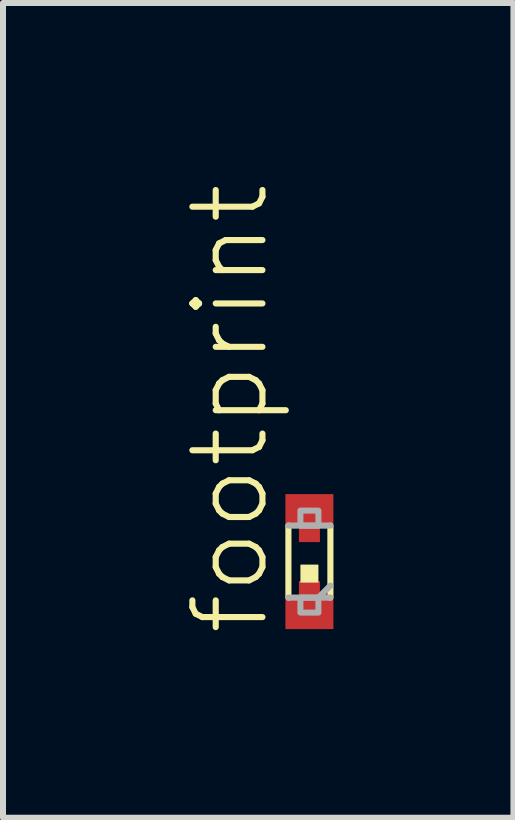
<source format=kicad_pcb>
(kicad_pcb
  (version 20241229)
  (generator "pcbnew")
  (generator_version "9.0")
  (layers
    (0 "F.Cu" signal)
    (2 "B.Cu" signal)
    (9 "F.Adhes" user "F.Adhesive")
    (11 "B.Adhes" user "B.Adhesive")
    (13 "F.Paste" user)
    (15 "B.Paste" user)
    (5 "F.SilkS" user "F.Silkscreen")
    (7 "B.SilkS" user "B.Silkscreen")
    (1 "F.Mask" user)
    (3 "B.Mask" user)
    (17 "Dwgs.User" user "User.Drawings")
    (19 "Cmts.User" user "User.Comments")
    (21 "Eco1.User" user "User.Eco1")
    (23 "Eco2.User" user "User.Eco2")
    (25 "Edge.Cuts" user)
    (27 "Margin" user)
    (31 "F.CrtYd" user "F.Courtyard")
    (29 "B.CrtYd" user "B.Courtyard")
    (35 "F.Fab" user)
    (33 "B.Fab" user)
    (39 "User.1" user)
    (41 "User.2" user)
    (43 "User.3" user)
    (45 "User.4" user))
  (footprint "footprint"
    (layer "F.Cu")
    (at 2.108 6.312)
    (property "Reference" "footprint" (at -0.635 1.27 90) (layer "F.SilkS") (effects (font (size 1.168 1.168) (thickness 0.102)) (justify left bottom)))
    (fp_poly (pts (xy -0.175 -0.325) (xy 0.175 -0.325) (xy 0.175 -0.7) (xy -0.175 -0.7)) (stroke (width 0) (type solid)) (fill yes) (layer "F.Mask"))
    (fp_poly (pts (xy 0.175 0.325) (xy -0.175 0.325) (xy -0.175 0.7) (xy 0.175 0.7)) (stroke (width 0) (type solid)) (fill yes) (layer "F.Mask"))
    (fp_line (start -0.35 0.6) (end -0.35 -0.6) (stroke (width 0.102) (type solid)) (layer "F.SilkS"))
    (fp_line (start 0.35 -0.6) (end 0.35 0.6) (stroke (width 0.102) (type solid)) (layer "F.SilkS"))
    (fp_poly (pts (xy -0.15 0.35) (xy 0.15 0.35) (xy 0.15 0.05) (xy -0.15 0.05)) (stroke (width 0) (type solid)) (fill yes) (layer "F.SilkS"))
    (fp_poly (pts (xy -0.225 -0.3) (xy 0.225 -0.3) (xy 0.225 -0.975) (xy -0.225 -0.975)) (stroke (width 0) (type solid)) (fill yes) (layer "F.Paste"))
    (fp_poly (pts (xy 0.225 0.3) (xy -0.225 0.3) (xy -0.225 0.975) (xy 0.225 0.975)) (stroke (width 0) (type solid)) (fill yes) (layer "F.Paste"))
    (fp_line (start -0.35 -0.6) (end 0.35 -0.6) (stroke (width 0.102) (type solid)) (layer "F.Fab"))
    (fp_line (start 0.35 0.4) (end 0.15 0.6) (stroke (width 0.102) (type solid)) (layer "F.Fab"))
    (fp_line (start 0.35 0.6) (end -0.35 0.6) (stroke (width 0.102) (type solid)) (layer "F.Fab"))
    (fp_poly (pts (xy -0.15 -0.6) (xy 0.15 -0.6) (xy 0.15 -0.85) (xy -0.15 -0.85)) (stroke (width 0.1) (type solid)) (fill no) (layer "F.Fab"))
    (fp_poly (pts (xy -0.15 0.85) (xy 0.15 0.85) (xy 0.15 0.6) (xy -0.15 0.6)) (stroke (width 0.1) (type solid)) (fill no) (layer "F.Fab"))
    (pad "A" smd rect (at 0 0.875) (size 0.8 0.5) (layers "F.Cu"))
    (pad "A@1" smd rect (at 0 0.5) (size 0.35 0.35) (layers "F.Cu"))
    (pad "C" smd rect (at 0 -0.875) (size 0.8 0.5) (layers "F.Cu"))
    (pad "C@1" smd rect (at 0 -0.5) (size 0.35 0.35) (layers "F.Cu")))
  (gr_rect
    (start -3 -3)
    (end 5.509 10.582)
    (stroke (width 0.1) (type default))
    (fill no)
    (layer "Edge.Cuts")))
</source>
